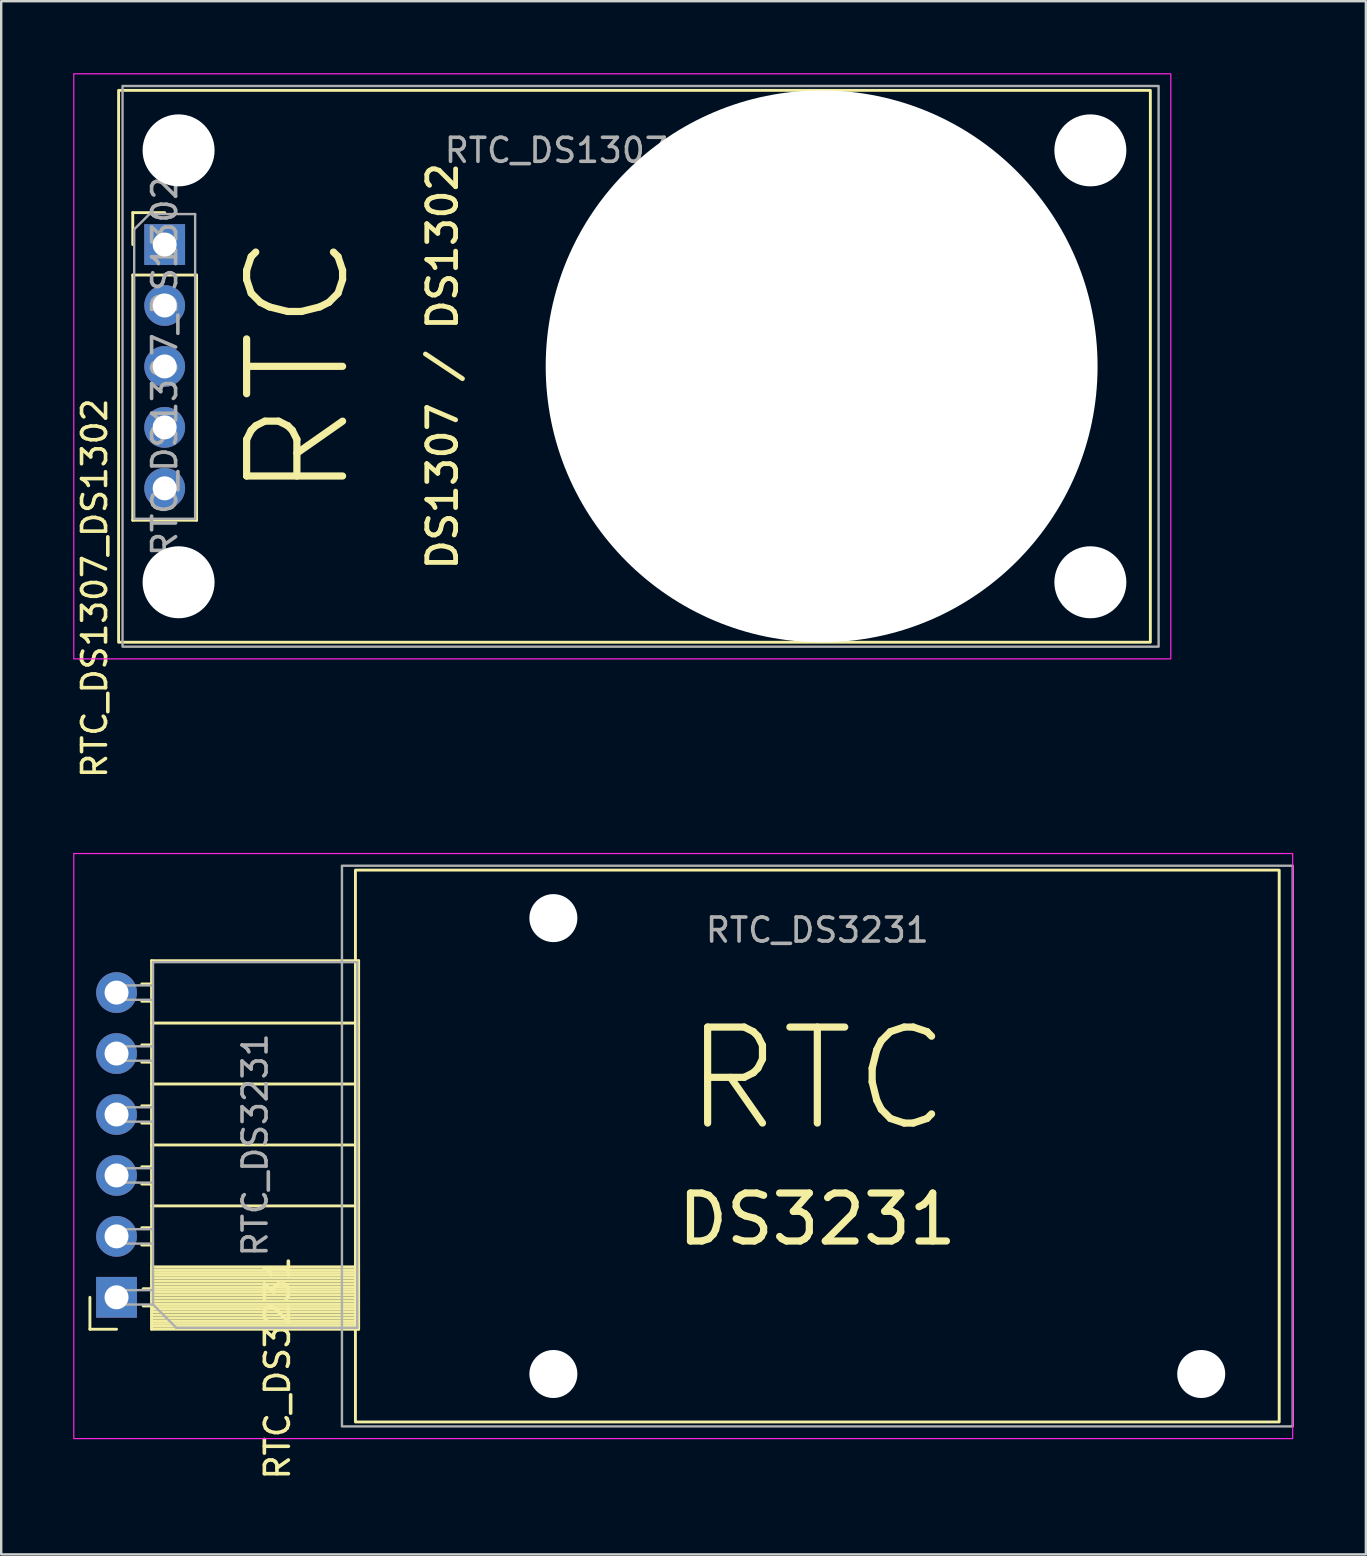
<source format=kicad_pcb>
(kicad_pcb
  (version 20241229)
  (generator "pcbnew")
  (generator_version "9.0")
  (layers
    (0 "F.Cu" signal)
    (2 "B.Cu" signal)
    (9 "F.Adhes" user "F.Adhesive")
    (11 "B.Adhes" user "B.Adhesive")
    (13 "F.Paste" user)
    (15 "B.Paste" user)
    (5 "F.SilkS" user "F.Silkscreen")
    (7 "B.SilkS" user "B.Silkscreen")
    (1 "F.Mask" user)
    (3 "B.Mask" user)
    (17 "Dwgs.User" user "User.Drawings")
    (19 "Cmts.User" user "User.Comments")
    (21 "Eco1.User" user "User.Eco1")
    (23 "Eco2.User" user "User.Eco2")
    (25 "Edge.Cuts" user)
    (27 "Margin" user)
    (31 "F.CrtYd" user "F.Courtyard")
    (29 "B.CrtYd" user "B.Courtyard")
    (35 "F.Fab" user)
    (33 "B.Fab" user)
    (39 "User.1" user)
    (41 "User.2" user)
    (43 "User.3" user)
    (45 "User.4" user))
  (footprint "RTC_DS3231"
    (layer "F.Cu")
    (at 31.013 44.714)
    (property "Reference" "RTC_DS3231" (at -22.5 9.25 90) (unlocked yes) (layer "F.SilkS") (effects (font (size 1 1) (thickness 0.15))))
    (attr through_hole)
    (fp_line (start -30.316 7.634) (end -30.316 6.304) (stroke (width 0.12) (type solid)) (layer "F.SilkS"))
    (fp_line (start -29.206 7.634) (end -30.316 7.634) (stroke (width 0.12) (type solid)) (layer "F.SilkS"))
    (fp_line (start -27.746 -6.756) (end -28.156 -6.756) (stroke (width 0.12) (type solid)) (layer "F.SilkS"))
    (fp_line (start -27.746 -6.036) (end -28.156 -6.036) (stroke (width 0.12) (type solid)) (layer "F.SilkS"))
    (fp_line (start -27.746 -4.216) (end -28.156 -4.216) (stroke (width 0.12) (type solid)) (layer "F.SilkS"))
    (fp_line (start -27.746 -3.496) (end -28.156 -3.496) (stroke (width 0.12) (type solid)) (layer "F.SilkS"))
    (fp_line (start -27.746 -1.676) (end -28.156 -1.676) (stroke (width 0.12) (type solid)) (layer "F.SilkS"))
    (fp_line (start -27.746 -0.956) (end -28.156 -0.956) (stroke (width 0.12) (type solid)) (layer "F.SilkS"))
    (fp_line (start -27.746 0.864) (end -28.156 0.864) (stroke (width 0.12) (type solid)) (layer "F.SilkS"))
    (fp_line (start -27.746 1.584) (end -28.156 1.584) (stroke (width 0.12) (type solid)) (layer "F.SilkS"))
    (fp_line (start -27.746 3.404) (end -28.156 3.404) (stroke (width 0.12) (type solid)) (layer "F.SilkS"))
    (fp_line (start -27.746 4.124) (end -28.156 4.124) (stroke (width 0.12) (type solid)) (layer "F.SilkS"))
    (fp_line (start -27.746 5.944) (end -28.096 5.944) (stroke (width 0.12) (type solid)) (layer "F.SilkS"))
    (fp_line (start -27.746 6.664) (end -28.096 6.664) (stroke (width 0.12) (type solid)) (layer "F.SilkS"))
    (fp_line (start -27.746 7.634) (end -27.746 -7.726) (stroke (width 0.12) (type solid)) (layer "F.SilkS"))
    (fp_line (start -19.116 -7.726) (end -27.746 -7.726) (stroke (width 0.12) (type solid)) (layer "F.SilkS"))
    (fp_line (start -19.116 -5.126) (end -27.746 -5.126) (stroke (width 0.12) (type solid)) (layer "F.SilkS"))
    (fp_line (start -19.116 -2.586) (end -27.746 -2.586) (stroke (width 0.12) (type solid)) (layer "F.SilkS"))
    (fp_line (start -19.116 -0.046) (end -27.746 -0.046) (stroke (width 0.12) (type solid)) (layer "F.SilkS"))
    (fp_line (start -19.116 2.494) (end -27.746 2.494) (stroke (width 0.12) (type solid)) (layer "F.SilkS"))
    (fp_line (start -19.116 5.034) (end -27.746 5.034) (stroke (width 0.12) (type solid)) (layer "F.SilkS"))
    (fp_line (start -19.116 5.152) (end -27.746 5.152) (stroke (width 0.12) (type solid)) (layer "F.SilkS"))
    (fp_line (start -19.116 5.27) (end -27.746 5.27) (stroke (width 0.12) (type solid)) (layer "F.SilkS"))
    (fp_line (start -19.116 5.388) (end -27.746 5.388) (stroke (width 0.12) (type solid)) (layer "F.SilkS"))
    (fp_line (start -19.116 5.506) (end -27.746 5.506) (stroke (width 0.12) (type solid)) (layer "F.SilkS"))
    (fp_line (start -19.116 5.624) (end -27.746 5.624) (stroke (width 0.12) (type solid)) (layer "F.SilkS"))
    (fp_line (start -19.116 5.743) (end -27.746 5.743) (stroke (width 0.12) (type solid)) (layer "F.SilkS"))
    (fp_line (start -19.116 5.861) (end -27.746 5.861) (stroke (width 0.12) (type solid)) (layer "F.SilkS"))
    (fp_line (start -19.116 5.979) (end -27.746 5.979) (stroke (width 0.12) (type solid)) (layer "F.SilkS"))
    (fp_line (start -19.116 6.097) (end -27.746 6.097) (stroke (width 0.12) (type solid)) (layer "F.SilkS"))
    (fp_line (start -19.116 6.215) (end -27.746 6.215) (stroke (width 0.12) (type solid)) (layer "F.SilkS"))
    (fp_line (start -19.116 6.333) (end -27.746 6.333) (stroke (width 0.12) (type solid)) (layer "F.SilkS"))
    (fp_line (start -19.116 6.451) (end -27.746 6.451) (stroke (width 0.12) (type solid)) (layer "F.SilkS"))
    (fp_line (start -19.116 6.569) (end -27.746 6.569) (stroke (width 0.12) (type solid)) (layer "F.SilkS"))
    (fp_line (start -19.116 6.687) (end -27.746 6.687) (stroke (width 0.12) (type solid)) (layer "F.SilkS"))
    (fp_line (start -19.116 6.805) (end -27.746 6.805) (stroke (width 0.12) (type solid)) (layer "F.SilkS"))
    (fp_line (start -19.116 6.924) (end -27.746 6.924) (stroke (width 0.12) (type solid)) (layer "F.SilkS"))
    (fp_line (start -19.116 7.042) (end -27.746 7.042) (stroke (width 0.12) (type solid)) (layer "F.SilkS"))
    (fp_line (start -19.116 7.16) (end -27.746 7.16) (stroke (width 0.12) (type solid)) (layer "F.SilkS"))
    (fp_line (start -19.116 7.278) (end -27.746 7.278) (stroke (width 0.12) (type solid)) (layer "F.SilkS"))
    (fp_line (start -19.116 7.396) (end -27.746 7.396) (stroke (width 0.12) (type solid)) (layer "F.SilkS"))
    (fp_line (start -19.116 7.514) (end -27.746 7.514) (stroke (width 0.12) (type solid)) (layer "F.SilkS"))
    (fp_line (start -19.116 7.634) (end -27.746 7.634) (stroke (width 0.12) (type solid)) (layer "F.SilkS"))
    (fp_line (start -19.116 7.634) (end -19.116 -7.726) (stroke (width 0.12) (type solid)) (layer "F.SilkS"))
    (fp_rect (start -19.25 11.5) (end 19.25 -11.5) (stroke (width 0.12) (type solid)) (fill no) (layer "F.SilkS"))
    (fp_rect (start 19.812 -12.192) (end -30.988 12.192) (stroke (width 0.05) (type solid)) (fill no) (layer "F.CrtYd"))
    (fp_line (start -29.206 -6.696) (end -29.206 -6.096) (stroke (width 0.1) (type solid)) (layer "F.Fab"))
    (fp_line (start -29.206 -6.096) (end -27.686 -6.096) (stroke (width 0.1) (type solid)) (layer "F.Fab"))
    (fp_line (start -29.206 -4.156) (end -29.206 -3.556) (stroke (width 0.1) (type solid)) (layer "F.Fab"))
    (fp_line (start -29.206 -3.556) (end -27.686 -3.556) (stroke (width 0.1) (type solid)) (layer "F.Fab"))
    (fp_line (start -29.206 -1.616) (end -29.206 -1.016) (stroke (width 0.1) (type solid)) (layer "F.Fab"))
    (fp_line (start -29.206 -1.016) (end -27.686 -1.016) (stroke (width 0.1) (type solid)) (layer "F.Fab"))
    (fp_line (start -29.206 0.924) (end -29.206 1.524) (stroke (width 0.1) (type solid)) (layer "F.Fab"))
    (fp_line (start -29.206 1.524) (end -27.686 1.524) (stroke (width 0.1) (type solid)) (layer "F.Fab"))
    (fp_line (start -29.206 3.464) (end -29.206 4.064) (stroke (width 0.1) (type solid)) (layer "F.Fab"))
    (fp_line (start -29.206 4.064) (end -27.686 4.064) (stroke (width 0.1) (type solid)) (layer "F.Fab"))
    (fp_line (start -29.206 6.004) (end -29.206 6.604) (stroke (width 0.1) (type solid)) (layer "F.Fab"))
    (fp_line (start -29.206 6.604) (end -27.686 6.604) (stroke (width 0.1) (type solid)) (layer "F.Fab"))
    (fp_line (start -27.686 -7.666) (end -19.176 -7.666) (stroke (width 0.1) (type solid)) (layer "F.Fab"))
    (fp_line (start -27.686 -6.696) (end -29.206 -6.696) (stroke (width 0.1) (type solid)) (layer "F.Fab"))
    (fp_line (start -27.686 -4.156) (end -29.206 -4.156) (stroke (width 0.1) (type solid)) (layer "F.Fab"))
    (fp_line (start -27.686 -1.616) (end -29.206 -1.616) (stroke (width 0.1) (type solid)) (layer "F.Fab"))
    (fp_line (start -27.686 0.924) (end -29.206 0.924) (stroke (width 0.1) (type solid)) (layer "F.Fab"))
    (fp_line (start -27.686 3.464) (end -29.206 3.464) (stroke (width 0.1) (type solid)) (layer "F.Fab"))
    (fp_line (start -27.686 6.004) (end -29.206 6.004) (stroke (width 0.1) (type solid)) (layer "F.Fab"))
    (fp_line (start -27.686 6.604) (end -27.686 -7.666) (stroke (width 0.1) (type solid)) (layer "F.Fab"))
    (fp_line (start -26.716 7.574) (end -27.686 6.604) (stroke (width 0.1) (type solid)) (layer "F.Fab"))
    (fp_line (start -19.176 -7.666) (end -19.176 7.574) (stroke (width 0.1) (type solid)) (layer "F.Fab"))
    (fp_line (start -19.176 7.574) (end -26.716 7.574) (stroke (width 0.1) (type solid)) (layer "F.Fab"))
    (fp_rect (start 19.812 -11.684) (end -19.812 11.684) (stroke (width 0.1) (type solid)) (fill no) (layer "F.Fab"))
    (fp_text user "RTC" (at 0 -2.794 0) (unlocked yes) (layer "F.SilkS") (effects (font (size 4 4) (thickness 0.3))))
    (fp_text user "DS3231" (at 0 3.048 0) (unlocked yes) (layer "F.SilkS") (effects (font (size 2 2) (thickness 0.3))))
    (fp_text user "${REFERENCE}" (at 0 -9 0) (unlocked yes) (layer "F.Fab") (effects (font (size 1 1) (thickness 0.15))))
    (fp_text user "${REFERENCE}" (at -23.431 -0.046 270) (layer "F.Fab") (effects (font (size 1 1) (thickness 0.15))))
    (pad "" np_thru_hole circle (at -11 -9.5 90) (size 2 2) (drill 2) (layers "*.Cu" "*.Mask"))
    (pad "" np_thru_hole circle (at -11 9.5 90) (size 2 2) (drill 2) (layers "*.Cu" "*.Mask"))
    (pad "" np_thru_hole circle (at 16 9.5 90) (size 2 2) (drill 2) (layers "*.Cu" "*.Mask"))
    (pad "1" thru_hole rect (at -29.206 6.304 180) (size 1.7 1.7) (drill 1) (layers "*.Cu" "*.Mask"))
    (pad "2" thru_hole oval (at -29.206 3.764 180) (size 1.7 1.7) (drill 1) (layers "*.Cu" "*.Mask"))
    (pad "3" thru_hole oval (at -29.206 1.224 180) (size 1.7 1.7) (drill 1) (layers "*.Cu" "*.Mask"))
    (pad "4" thru_hole oval (at -29.206 -1.316 180) (size 1.7 1.7) (drill 1) (layers "*.Cu" "*.Mask"))
    (pad "5" thru_hole oval (at -29.206 -3.856 180) (size 1.7 1.7) (drill 1) (layers "*.Cu" "*.Mask"))
    (pad "6" thru_hole oval (at -29.206 -6.396 180) (size 1.7 1.7) (drill 1) (layers "*.Cu" "*.Mask")))
  (footprint "RTC_DS1307_DS1302"
    (layer "F.Cu")
    (at 23.393 12.217)
    (property "Reference" "RTC_DS1307_DS1302" (at -22.5 9.25 90) (unlocked yes) (layer "F.SilkS") (effects (font (size 1 1) (thickness 0.15))))
    (attr through_hole)
    (fp_line (start -20.91 -6.405) (end -19.58 -6.405) (stroke (width 0.12) (type solid)) (layer "F.SilkS"))
    (fp_line (start -20.91 -5.075) (end -20.91 -6.405) (stroke (width 0.12) (type solid)) (layer "F.SilkS"))
    (fp_line (start -20.91 -3.805) (end -20.91 6.415) (stroke (width 0.12) (type solid)) (layer "F.SilkS"))
    (fp_line (start -20.91 -3.805) (end -18.25 -3.805) (stroke (width 0.12) (type solid)) (layer "F.SilkS"))
    (fp_line (start -20.91 6.415) (end -18.25 6.415) (stroke (width 0.12) (type solid)) (layer "F.SilkS"))
    (fp_line (start -18.25 -3.805) (end -18.25 6.415) (stroke (width 0.12) (type solid)) (layer "F.SilkS"))
    (fp_rect (start -21.5 -11.5) (end 21.5 11.5) (stroke (width 0.12) (type solid)) (fill no) (layer "F.SilkS"))
    (fp_rect (start 22.352 -12.192) (end -23.368 12.192) (stroke (width 0.05) (type solid)) (fill no) (layer "F.CrtYd"))
    (fp_line (start -20.85 -5.71) (end -20.215 -6.345) (stroke (width 0.1) (type solid)) (layer "F.Fab"))
    (fp_line (start -20.85 6.355) (end -20.85 -5.71) (stroke (width 0.1) (type solid)) (layer "F.Fab"))
    (fp_line (start -20.215 -6.345) (end -18.31 -6.345) (stroke (width 0.1) (type solid)) (layer "F.Fab"))
    (fp_line (start -18.31 -6.345) (end -18.31 6.355) (stroke (width 0.1) (type solid)) (layer "F.Fab"))
    (fp_line (start -18.31 6.355) (end -20.85 6.355) (stroke (width 0.1) (type solid)) (layer "F.Fab"))
    (fp_rect (start 21.844 -11.684) (end -21.336 11.684) (stroke (width 0.1) (type solid)) (fill no) (layer "F.Fab"))
    (fp_text user "RTC" (at -14 0 90) (unlocked yes) (layer "F.SilkS") (effects (font (size 4 4) (thickness 0.3))))
    (fp_text user "DS1307 / DS1302" (at -8 0 90) (unlocked yes) (layer "F.SilkS") (effects (font (size 1.2 1.2) (thickness 0.2))))
    (fp_text user "${REFERENCE}" (at 0 -9 0) (unlocked yes) (layer "F.Fab") (effects (font (size 1 1) (thickness 0.15))))
    (fp_text user "${REFERENCE}" (at -19.58 0.005 90) (layer "F.Fab") (effects (font (size 1 1) (thickness 0.15))))
    (pad "" np_thru_hole circle (at -19 -9 90) (size 3 3) (drill 3) (layers "*.Cu" "*.Mask"))
    (pad "" np_thru_hole circle (at -19 9 90) (size 3 3) (drill 3) (layers "*.Cu" "*.Mask"))
    (pad "" np_thru_hole circle (at 7.8 0) (size 23 23) (drill 23) (layers "*.Cu" "*.Mask"))
    (pad "" np_thru_hole circle (at 19 -9 90) (size 3 3) (drill 3) (layers "*.Cu" "*.Mask"))
    (pad "" np_thru_hole circle (at 19 9 90) (size 3 3) (drill 3) (layers "*.Cu" "*.Mask"))
    (pad "1" thru_hole rect (at -19.58 -5.075) (size 1.7 1.7) (drill 1) (layers "*.Cu" "*.Mask"))
    (pad "2" thru_hole oval (at -19.58 -2.535) (size 1.7 1.7) (drill 1) (layers "*.Cu" "*.Mask"))
    (pad "3" thru_hole oval (at -19.58 0.005) (size 1.7 1.7) (drill 1) (layers "*.Cu" "*.Mask"))
    (pad "4" thru_hole oval (at -19.58 2.545) (size 1.7 1.7) (drill 1) (layers "*.Cu" "*.Mask"))
    (pad "5" thru_hole oval (at -19.58 5.085) (size 1.7 1.7) (drill 1) (layers "*.Cu" "*.Mask")))
  (gr_rect
    (start -3 -3)
    (end 53.875 61.732)
    (stroke (width 0.1) (type default))
    (fill no)
    (layer "Edge.Cuts")))
</source>
